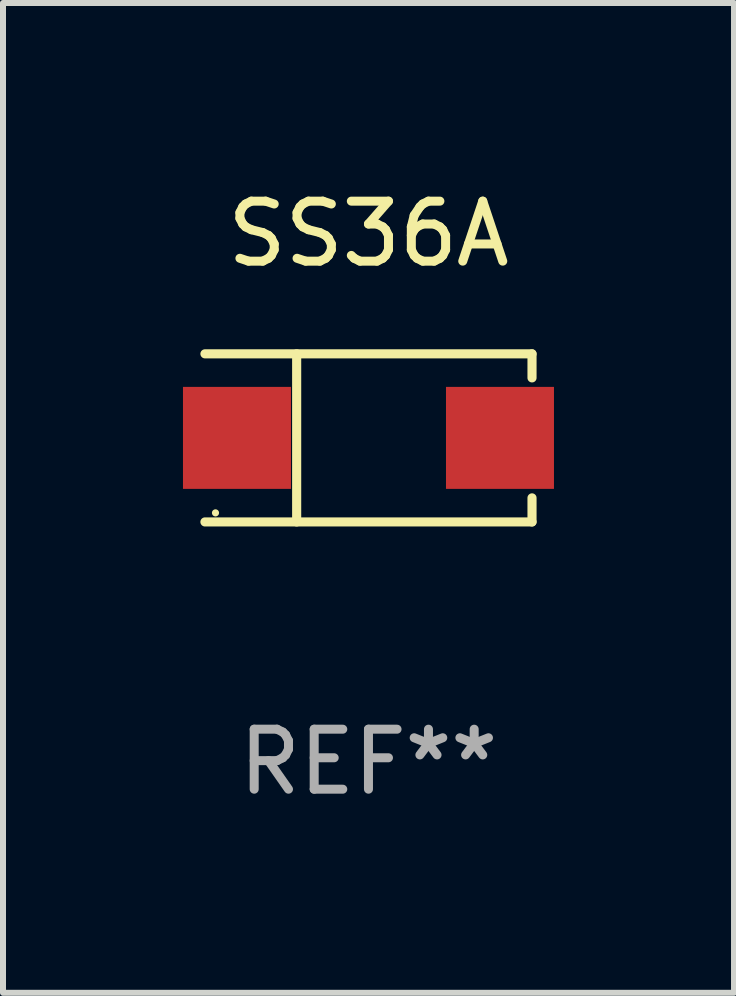
<source format=kicad_pcb>
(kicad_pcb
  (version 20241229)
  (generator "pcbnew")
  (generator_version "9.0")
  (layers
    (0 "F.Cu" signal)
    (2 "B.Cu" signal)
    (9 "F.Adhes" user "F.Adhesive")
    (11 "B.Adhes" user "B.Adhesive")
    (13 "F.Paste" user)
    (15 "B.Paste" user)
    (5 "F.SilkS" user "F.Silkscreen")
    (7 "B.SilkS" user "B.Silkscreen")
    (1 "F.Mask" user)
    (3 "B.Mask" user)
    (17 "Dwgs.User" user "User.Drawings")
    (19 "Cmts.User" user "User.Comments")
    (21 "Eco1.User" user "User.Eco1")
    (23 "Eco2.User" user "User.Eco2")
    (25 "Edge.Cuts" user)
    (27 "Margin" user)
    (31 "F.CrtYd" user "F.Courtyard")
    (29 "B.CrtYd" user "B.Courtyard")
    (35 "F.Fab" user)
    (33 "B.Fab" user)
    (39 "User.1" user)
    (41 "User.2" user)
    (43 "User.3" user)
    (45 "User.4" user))
  (footprint "SS36A"
    (layer "F.Cu")
    (at 3.092 4.249)
    (property "Reference" "SS36A" (at 0 -3.401 0) (layer "F.SilkS") (effects (font (size 1 1) (thickness 0.15))))
    (attr through_hole)
    (fp_line (start -2.726 -1.401) (end 2.726 -1.401) (stroke (width 0.152) (type solid)) (layer "F.SilkS"))
    (fp_line (start -2.726 1.401) (end 2.726 1.401) (stroke (width 0.152) (type solid)) (layer "F.SilkS"))
    (fp_line (start -1.197 -1.401) (end -1.197 1.401) (stroke (width 0.152) (type solid)) (layer "F.SilkS"))
    (fp_line (start 2.726 -1.401) (end 2.726 -1) (stroke (width 0.152) (type solid)) (layer "F.SilkS"))
    (fp_line (start 2.726 1.401) (end 2.726 1) (stroke (width 0.152) (type solid)) (layer "F.SilkS"))
    (fp_circle (center -2.55 1.25) (end -2.52 1.25) (stroke (width 0.06) (type solid)) (fill no) (layer "F.SilkS"))
    (fp_text user "REF**" (at 0 5.401 0) (layer "F.Fab") (effects (font (size 1 1) (thickness 0.15))))
    (pad "1" smd rect (at -2.192 0) (size 1.8 1.7) (layers "F.Cu" "F.Mask" "F.Paste"))
    (pad "2" smd rect (at 2.192 0) (size 1.8 1.7) (layers "F.Cu" "F.Mask" "F.Paste")))
  (gr_rect
    (start -3 -3)
    (end 9.185 13.499)
    (stroke (width 0.1) (type default))
    (fill no)
    (layer "Edge.Cuts")))
</source>
